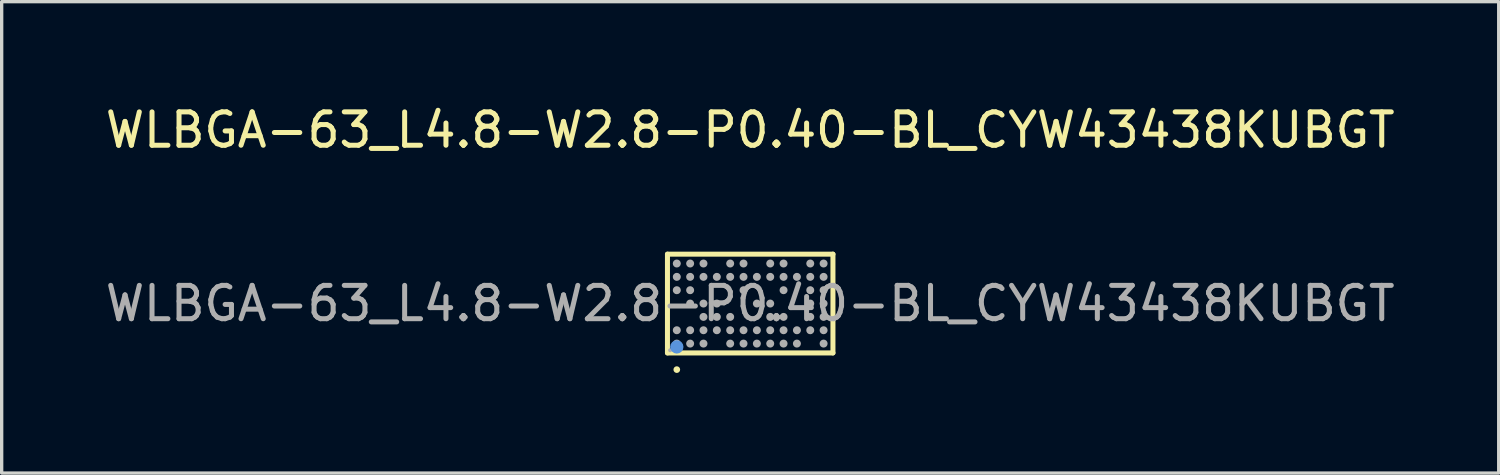
<source format=kicad_pcb>
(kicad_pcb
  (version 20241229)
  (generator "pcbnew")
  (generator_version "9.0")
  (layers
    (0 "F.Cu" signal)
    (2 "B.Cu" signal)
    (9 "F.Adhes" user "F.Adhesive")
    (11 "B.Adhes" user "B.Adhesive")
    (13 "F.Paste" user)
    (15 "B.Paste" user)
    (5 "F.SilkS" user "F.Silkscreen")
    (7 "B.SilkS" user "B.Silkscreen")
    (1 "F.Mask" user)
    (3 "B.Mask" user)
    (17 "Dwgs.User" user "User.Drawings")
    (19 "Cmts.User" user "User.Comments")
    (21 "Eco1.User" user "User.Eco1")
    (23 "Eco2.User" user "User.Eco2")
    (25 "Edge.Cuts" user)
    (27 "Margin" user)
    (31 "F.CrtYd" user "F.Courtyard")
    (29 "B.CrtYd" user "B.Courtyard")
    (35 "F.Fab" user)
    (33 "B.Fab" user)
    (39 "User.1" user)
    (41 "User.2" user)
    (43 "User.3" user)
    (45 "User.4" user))
  (footprint "WLBGA-63_L4.8-W2.8-P0.40-BL_CYW43438KUBGT"
    (layer "F.Cu")
    (at 19.435 6.048)
    (property "Reference" "WLBGA-63_L4.8-W2.8-P0.40-BL_CYW43438KUBGT" (at 0 -5.2 0) (layer "F.SilkS") (effects (font (size 1 1) (thickness 0.15))))
    (attr through_hole)
    (fp_line (start -2.48 -1.48) (end 2.48 -1.48) (stroke (width 0.15) (type solid)) (layer "F.SilkS"))
    (fp_line (start -2.48 1.48) (end -2.48 -1.48) (stroke (width 0.15) (type solid)) (layer "F.SilkS"))
    (fp_line (start 2.48 -1.48) (end 2.48 1.48) (stroke (width 0.15) (type solid)) (layer "F.SilkS"))
    (fp_line (start 2.48 1.48) (end -2.48 1.48) (stroke (width 0.15) (type solid)) (layer "F.SilkS"))
    (fp_circle (center -2.2 1.98) (end -2.15 1.98) (stroke (width 0.1) (type solid)) (fill no) (layer "F.SilkS"))
    (fp_circle (center -2.2 1.3) (end -2.1 1.3) (stroke (width 0.2) (type solid)) (fill no) (layer "Cmts.User"))
    (fp_circle (center -2.4 1.4) (end -2.37 1.4) (stroke (width 0.06) (type solid)) (fill no) (layer "F.Fab"))
    (fp_circle (center -2.2 -1.2) (end -2.14 -1.2) (stroke (width 0.12) (type solid)) (fill no) (layer "F.Fab"))
    (fp_circle (center -2.2 -0.8) (end -2.14 -0.8) (stroke (width 0.12) (type solid)) (fill no) (layer "F.Fab"))
    (fp_circle (center -2.2 -0.4) (end -2.14 -0.4) (stroke (width 0.12) (type solid)) (fill no) (layer "F.Fab"))
    (fp_circle (center -2.2 0.8) (end -2.14 0.8) (stroke (width 0.12) (type solid)) (fill no) (layer "F.Fab"))
    (fp_circle (center -2.2 1.2) (end -2.14 1.2) (stroke (width 0.12) (type solid)) (fill no) (layer "F.Fab"))
    (fp_circle (center -1.8 -1.2) (end -1.74 -1.2) (stroke (width 0.12) (type solid)) (fill no) (layer "F.Fab"))
    (fp_circle (center -1.8 -0.8) (end -1.74 -0.8) (stroke (width 0.12) (type solid)) (fill no) (layer "F.Fab"))
    (fp_circle (center -1.8 -0.4) (end -1.74 -0.4) (stroke (width 0.12) (type solid)) (fill no) (layer "F.Fab"))
    (fp_circle (center -1.8 0) (end -1.74 0) (stroke (width 0.12) (type solid)) (fill no) (layer "F.Fab"))
    (fp_circle (center -1.8 0.8) (end -1.74 0.8) (stroke (width 0.12) (type solid)) (fill no) (layer "F.Fab"))
    (fp_circle (center -1.8 1.2) (end -1.74 1.2) (stroke (width 0.12) (type solid)) (fill no) (layer "F.Fab"))
    (fp_circle (center -1.4 -1.2) (end -1.34 -1.2) (stroke (width 0.12) (type solid)) (fill no) (layer "F.Fab"))
    (fp_circle (center -1.4 -0.8) (end -1.34 -0.8) (stroke (width 0.12) (type solid)) (fill no) (layer "F.Fab"))
    (fp_circle (center -1.4 0) (end -1.34 0) (stroke (width 0.12) (type solid)) (fill no) (layer "F.Fab"))
    (fp_circle (center -1.4 0.4) (end -1.34 0.4) (stroke (width 0.12) (type solid)) (fill no) (layer "F.Fab"))
    (fp_circle (center -1.4 0.8) (end -1.34 0.8) (stroke (width 0.12) (type solid)) (fill no) (layer "F.Fab"))
    (fp_circle (center -1.4 1.2) (end -1.34 1.2) (stroke (width 0.12) (type solid)) (fill no) (layer "F.Fab"))
    (fp_circle (center -1 -0.8) (end -0.94 -0.8) (stroke (width 0.12) (type solid)) (fill no) (layer "F.Fab"))
    (fp_circle (center -1 0) (end -0.94 0) (stroke (width 0.12) (type solid)) (fill no) (layer "F.Fab"))
    (fp_circle (center -1 0.4) (end -0.94 0.4) (stroke (width 0.12) (type solid)) (fill no) (layer "F.Fab"))
    (fp_circle (center -1 0.8) (end -0.94 0.8) (stroke (width 0.12) (type solid)) (fill no) (layer "F.Fab"))
    (fp_circle (center -0.6 -1.2) (end -0.54 -1.2) (stroke (width 0.12) (type solid)) (fill no) (layer "F.Fab"))
    (fp_circle (center -0.6 -0.8) (end -0.54 -0.8) (stroke (width 0.12) (type solid)) (fill no) (layer "F.Fab"))
    (fp_circle (center -0.6 0.4) (end -0.54 0.4) (stroke (width 0.12) (type solid)) (fill no) (layer "F.Fab"))
    (fp_circle (center -0.6 0.8) (end -0.54 0.8) (stroke (width 0.12) (type solid)) (fill no) (layer "F.Fab"))
    (fp_circle (center -0.6 1.2) (end -0.54 1.2) (stroke (width 0.12) (type solid)) (fill no) (layer "F.Fab"))
    (fp_circle (center -0.2 -1.2) (end -0.14 -1.2) (stroke (width 0.12) (type solid)) (fill no) (layer "F.Fab"))
    (fp_circle (center -0.2 -0.8) (end -0.14 -0.8) (stroke (width 0.12) (type solid)) (fill no) (layer "F.Fab"))
    (fp_circle (center -0.2 -0.4) (end -0.14 -0.4) (stroke (width 0.12) (type solid)) (fill no) (layer "F.Fab"))
    (fp_circle (center -0.2 0.8) (end -0.14 0.8) (stroke (width 0.12) (type solid)) (fill no) (layer "F.Fab"))
    (fp_circle (center -0.2 1.2) (end -0.14 1.2) (stroke (width 0.12) (type solid)) (fill no) (layer "F.Fab"))
    (fp_circle (center 0.2 -0.8) (end 0.26 -0.8) (stroke (width 0.12) (type solid)) (fill no) (layer "F.Fab"))
    (fp_circle (center 0.2 0) (end 0.26 0) (stroke (width 0.12) (type solid)) (fill no) (layer "F.Fab"))
    (fp_circle (center 0.2 0.8) (end 0.26 0.8) (stroke (width 0.12) (type solid)) (fill no) (layer "F.Fab"))
    (fp_circle (center 0.2 1.2) (end 0.26 1.2) (stroke (width 0.12) (type solid)) (fill no) (layer "F.Fab"))
    (fp_circle (center 0.6 -1.2) (end 0.66 -1.2) (stroke (width 0.12) (type solid)) (fill no) (layer "F.Fab"))
    (fp_circle (center 0.6 -0.8) (end 0.66 -0.8) (stroke (width 0.12) (type solid)) (fill no) (layer "F.Fab"))
    (fp_circle (center 0.6 0) (end 0.66 0) (stroke (width 0.12) (type solid)) (fill no) (layer "F.Fab"))
    (fp_circle (center 0.6 0.4) (end 0.66 0.4) (stroke (width 0.12) (type solid)) (fill no) (layer "F.Fab"))
    (fp_circle (center 0.6 0.8) (end 0.66 0.8) (stroke (width 0.12) (type solid)) (fill no) (layer "F.Fab"))
    (fp_circle (center 0.6 1.2) (end 0.66 1.2) (stroke (width 0.12) (type solid)) (fill no) (layer "F.Fab"))
    (fp_circle (center 1 -1.2) (end 1.06 -1.2) (stroke (width 0.12) (type solid)) (fill no) (layer "F.Fab"))
    (fp_circle (center 1 -0.8) (end 1.06 -0.8) (stroke (width 0.12) (type solid)) (fill no) (layer "F.Fab"))
    (fp_circle (center 1 -0.4) (end 1.06 -0.4) (stroke (width 0.12) (type solid)) (fill no) (layer "F.Fab"))
    (fp_circle (center 1 0.4) (end 1.06 0.4) (stroke (width 0.12) (type solid)) (fill no) (layer "F.Fab"))
    (fp_circle (center 1 0.8) (end 1.06 0.8) (stroke (width 0.12) (type solid)) (fill no) (layer "F.Fab"))
    (fp_circle (center 1 1.2) (end 1.06 1.2) (stroke (width 0.12) (type solid)) (fill no) (layer "F.Fab"))
    (fp_circle (center 1.4 -0.8) (end 1.46 -0.8) (stroke (width 0.12) (type solid)) (fill no) (layer "F.Fab"))
    (fp_circle (center 1.4 0.8) (end 1.46 0.8) (stroke (width 0.12) (type solid)) (fill no) (layer "F.Fab"))
    (fp_circle (center 1.4 1.2) (end 1.46 1.2) (stroke (width 0.12) (type solid)) (fill no) (layer "F.Fab"))
    (fp_circle (center 1.8 -1.2) (end 1.86 -1.2) (stroke (width 0.12) (type solid)) (fill no) (layer "F.Fab"))
    (fp_circle (center 1.8 -0.8) (end 1.86 -0.8) (stroke (width 0.12) (type solid)) (fill no) (layer "F.Fab"))
    (fp_circle (center 1.8 -0.4) (end 1.86 -0.4) (stroke (width 0.12) (type solid)) (fill no) (layer "F.Fab"))
    (fp_circle (center 1.8 0) (end 1.86 0) (stroke (width 0.12) (type solid)) (fill no) (layer "F.Fab"))
    (fp_circle (center 1.8 0.4) (end 1.86 0.4) (stroke (width 0.12) (type solid)) (fill no) (layer "F.Fab"))
    (fp_circle (center 1.8 0.8) (end 1.86 0.8) (stroke (width 0.12) (type solid)) (fill no) (layer "F.Fab"))
    (fp_circle (center 2.2 -1.2) (end 2.26 -1.2) (stroke (width 0.12) (type solid)) (fill no) (layer "F.Fab"))
    (fp_circle (center 2.2 -0.8) (end 2.26 -0.8) (stroke (width 0.12) (type solid)) (fill no) (layer "F.Fab"))
    (fp_circle (center 2.2 -0.4) (end 2.26 -0.4) (stroke (width 0.12) (type solid)) (fill no) (layer "F.Fab"))
    (fp_circle (center 2.2 0) (end 2.26 0) (stroke (width 0.12) (type solid)) (fill no) (layer "F.Fab"))
    (fp_circle (center 2.2 0.4) (end 2.26 0.4) (stroke (width 0.12) (type solid)) (fill no) (layer "F.Fab"))
    (fp_circle (center 2.2 0.8) (end 2.26 0.8) (stroke (width 0.12) (type solid)) (fill no) (layer "F.Fab"))
    (fp_circle (center 2.2 1.2) (end 2.26 1.2) (stroke (width 0.12) (type solid)) (fill no) (layer "F.Fab"))
    (fp_text user "${REFERENCE}" (at 0 0 0) (layer "F.Fab") (effects (font (size 1 1) (thickness 0.15))))
    (pad "A1" smd circle (at -2.2 1.2) (size 0.2 0.2) (layers "F.Cu" "F.Mask" "F.Paste"))
    (pad "A2" smd circle (at -2.2 0.8) (size 0.2 0.2) (layers "F.Cu" "F.Mask" "F.Paste"))
    (pad "A5" smd circle (at -2.2 -0.4) (size 0.2 0.2) (layers "F.Cu" "F.Mask" "F.Paste"))
    (pad "A6" smd circle (at -2.2 -0.8) (size 0.2 0.2) (layers "F.Cu" "F.Mask" "F.Paste"))
    (pad "A7" smd circle (at -2.2 -1.2) (size 0.2 0.2) (layers "F.Cu" "F.Mask" "F.Paste"))
    (pad "B1" smd circle (at -1.8 1.2) (size 0.2 0.2) (layers "F.Cu" "F.Mask" "F.Paste"))
    (pad "B2" smd circle (at -1.8 0.8) (size 0.2 0.2) (layers "F.Cu" "F.Mask" "F.Paste"))
    (pad "B4" smd circle (at -1.8 0) (size 0.2 0.2) (layers "F.Cu" "F.Mask" "F.Paste"))
    (pad "B5" smd circle (at -1.8 -0.4) (size 0.2 0.2) (layers "F.Cu" "F.Mask" "F.Paste"))
    (pad "B6" smd circle (at -1.8 -0.8) (size 0.2 0.2) (layers "F.Cu" "F.Mask" "F.Paste"))
    (pad "B7" smd circle (at -1.8 -1.2) (size 0.2 0.2) (layers "F.Cu" "F.Mask" "F.Paste"))
    (pad "C1" smd circle (at -1.4 1.2) (size 0.2 0.2) (layers "F.Cu" "F.Mask" "F.Paste"))
    (pad "C2" smd circle (at -1.4 0.8) (size 0.2 0.2) (layers "F.Cu" "F.Mask" "F.Paste"))
    (pad "C3" smd circle (at -1.4 0.4) (size 0.2 0.2) (layers "F.Cu" "F.Mask" "F.Paste"))
    (pad "C4" smd circle (at -1.4 0) (size 0.2 0.2) (layers "F.Cu" "F.Mask" "F.Paste"))
    (pad "C6" smd circle (at -1.4 -0.8) (size 0.2 0.2) (layers "F.Cu" "F.Mask" "F.Paste"))
    (pad "C7" smd circle (at -1.4 -1.2) (size 0.2 0.2) (layers "F.Cu" "F.Mask" "F.Paste"))
    (pad "D2" smd circle (at -1 0.8) (size 0.2 0.2) (layers "F.Cu" "F.Mask" "F.Paste"))
    (pad "D3" smd circle (at -1 0.4) (size 0.2 0.2) (layers "F.Cu" "F.Mask" "F.Paste"))
    (pad "D4" smd circle (at -1 0) (size 0.2 0.2) (layers "F.Cu" "F.Mask" "F.Paste"))
    (pad "D6" smd circle (at -1 -0.8) (size 0.2 0.2) (layers "F.Cu" "F.Mask" "F.Paste"))
    (pad "E1" smd circle (at -0.6 1.2) (size 0.2 0.2) (layers "F.Cu" "F.Mask" "F.Paste"))
    (pad "E2" smd circle (at -0.6 0.8) (size 0.2 0.2) (layers "F.Cu" "F.Mask" "F.Paste"))
    (pad "E3" smd circle (at -0.6 0.4) (size 0.2 0.2) (layers "F.Cu" "F.Mask" "F.Paste"))
    (pad "E6" smd circle (at -0.6 -0.8) (size 0.2 0.2) (layers "F.Cu" "F.Mask" "F.Paste"))
    (pad "E7" smd circle (at -0.6 -1.2) (size 0.2 0.2) (layers "F.Cu" "F.Mask" "F.Paste"))
    (pad "F1" smd circle (at -0.2 1.2) (size 0.2 0.2) (layers "F.Cu" "F.Mask" "F.Paste"))
    (pad "F2" smd circle (at -0.2 0.8) (size 0.2 0.2) (layers "F.Cu" "F.Mask" "F.Paste"))
    (pad "F5" smd circle (at -0.2 -0.4) (size 0.2 0.2) (layers "F.Cu" "F.Mask" "F.Paste"))
    (pad "F6" smd circle (at -0.2 -0.8) (size 0.2 0.2) (layers "F.Cu" "F.Mask" "F.Paste"))
    (pad "F7" smd circle (at -0.2 -1.2) (size 0.2 0.2) (layers "F.Cu" "F.Mask" "F.Paste"))
    (pad "G1" smd circle (at 0.2 1.2) (size 0.2 0.2) (layers "F.Cu" "F.Mask" "F.Paste"))
    (pad "G2" smd circle (at 0.2 0.8) (size 0.2 0.2) (layers "F.Cu" "F.Mask" "F.Paste"))
    (pad "G4" smd circle (at 0.2 0) (size 0.2 0.2) (layers "F.Cu" "F.Mask" "F.Paste"))
    (pad "G6" smd circle (at 0.2 -0.8) (size 0.2 0.2) (layers "F.Cu" "F.Mask" "F.Paste"))
    (pad "H1" smd circle (at 0.6 1.2) (size 0.2 0.2) (layers "F.Cu" "F.Mask" "F.Paste"))
    (pad "H2" smd circle (at 0.6 0.8) (size 0.2 0.2) (layers "F.Cu" "F.Mask" "F.Paste"))
    (pad "H3" smd circle (at 0.6 0.4) (size 0.2 0.2) (layers "F.Cu" "F.Mask" "F.Paste"))
    (pad "H4" smd circle (at 0.6 0) (size 0.2 0.2) (layers "F.Cu" "F.Mask" "F.Paste"))
    (pad "H6" smd circle (at 0.6 -0.8) (size 0.2 0.2) (layers "F.Cu" "F.Mask" "F.Paste"))
    (pad "H7" smd circle (at 0.6 -1.2) (size 0.2 0.2) (layers "F.Cu" "F.Mask" "F.Paste"))
    (pad "J1" smd circle (at 1 1.2) (size 0.2 0.2) (layers "F.Cu" "F.Mask" "F.Paste"))
    (pad "J2" smd circle (at 1 0.8) (size 0.2 0.2) (layers "F.Cu" "F.Mask" "F.Paste"))
    (pad "J3" smd circle (at 1 0.4) (size 0.2 0.2) (layers "F.Cu" "F.Mask" "F.Paste"))
    (pad "J5" smd circle (at 1 -0.4) (size 0.2 0.2) (layers "F.Cu" "F.Mask" "F.Paste"))
    (pad "J6" smd circle (at 1 -0.8) (size 0.2 0.2) (layers "F.Cu" "F.Mask" "F.Paste"))
    (pad "J7" smd circle (at 1 -1.2) (size 0.2 0.2) (layers "F.Cu" "F.Mask" "F.Paste"))
    (pad "K1" smd circle (at 1.4 1.2) (size 0.2 0.2) (layers "F.Cu" "F.Mask" "F.Paste"))
    (pad "K2" smd circle (at 1.4 0.8) (size 0.2 0.2) (layers "F.Cu" "F.Mask" "F.Paste"))
    (pad "K6" smd circle (at 1.4 -0.8) (size 0.2 0.2) (layers "F.Cu" "F.Mask" "F.Paste"))
    (pad "L2" smd circle (at 1.8 0.8) (size 0.2 0.2) (layers "F.Cu" "F.Mask" "F.Paste"))
    (pad "L3" smd circle (at 1.8 0.4) (size 0.2 0.2) (layers "F.Cu" "F.Mask" "F.Paste"))
    (pad "L4" smd circle (at 1.8 0) (size 0.2 0.2) (layers "F.Cu" "F.Mask" "F.Paste"))
    (pad "L5" smd circle (at 1.8 -0.4) (size 0.2 0.2) (layers "F.Cu" "F.Mask" "F.Paste"))
    (pad "L6" smd circle (at 1.8 -0.8) (size 0.2 0.2) (layers "F.Cu" "F.Mask" "F.Paste"))
    (pad "L7" smd circle (at 1.8 -1.2) (size 0.2 0.2) (layers "F.Cu" "F.Mask" "F.Paste"))
    (pad "M1" smd circle (at 2.2 1.2) (size 0.2 0.2) (layers "F.Cu" "F.Mask" "F.Paste"))
    (pad "M2" smd circle (at 2.2 0.8) (size 0.2 0.2) (layers "F.Cu" "F.Mask" "F.Paste"))
    (pad "M3" smd circle (at 2.2 0.4) (size 0.2 0.2) (layers "F.Cu" "F.Mask" "F.Paste"))
    (pad "M4" smd circle (at 2.2 0) (size 0.2 0.2) (layers "F.Cu" "F.Mask" "F.Paste"))
    (pad "M5" smd circle (at 2.2 -0.4) (size 0.2 0.2) (layers "F.Cu" "F.Mask" "F.Paste"))
    (pad "M6" smd circle (at 2.2 -0.8) (size 0.2 0.2) (layers "F.Cu" "F.Mask" "F.Paste"))
    (pad "M7" smd circle (at 2.2 -1.2) (size 0.2 0.2) (layers "F.Cu" "F.Mask" "F.Paste")))
  (gr_rect
    (start -3 -3)
    (end 41.869 11.128)
    (stroke (width 0.1) (type default))
    (fill no)
    (layer "Edge.Cuts")))
</source>
